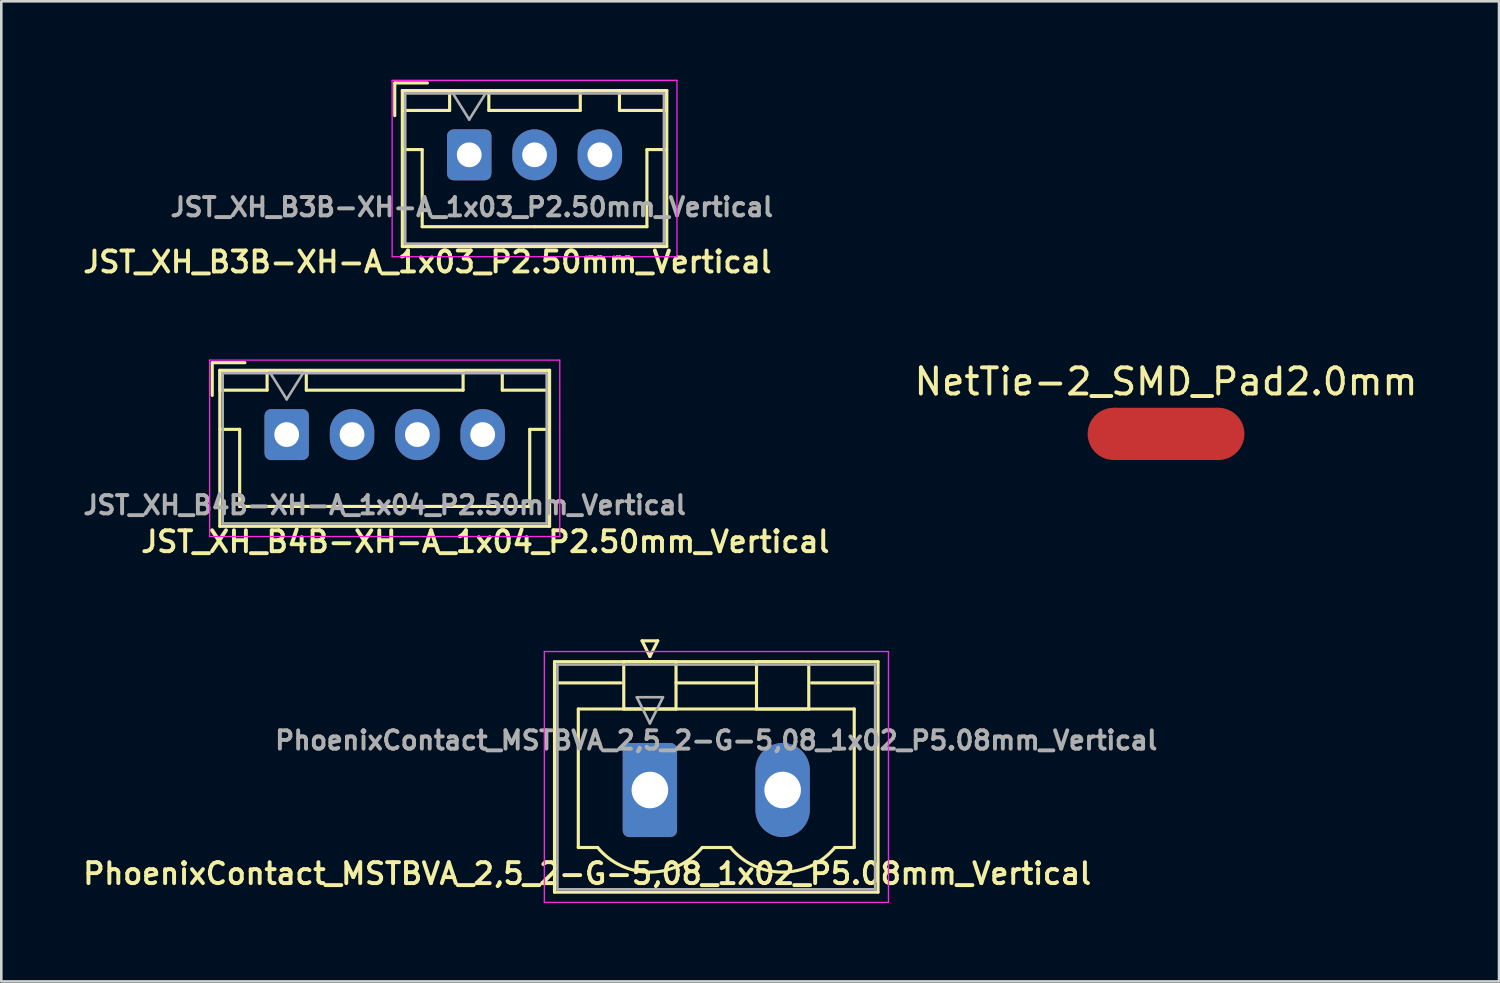
<source format=kicad_pcb>
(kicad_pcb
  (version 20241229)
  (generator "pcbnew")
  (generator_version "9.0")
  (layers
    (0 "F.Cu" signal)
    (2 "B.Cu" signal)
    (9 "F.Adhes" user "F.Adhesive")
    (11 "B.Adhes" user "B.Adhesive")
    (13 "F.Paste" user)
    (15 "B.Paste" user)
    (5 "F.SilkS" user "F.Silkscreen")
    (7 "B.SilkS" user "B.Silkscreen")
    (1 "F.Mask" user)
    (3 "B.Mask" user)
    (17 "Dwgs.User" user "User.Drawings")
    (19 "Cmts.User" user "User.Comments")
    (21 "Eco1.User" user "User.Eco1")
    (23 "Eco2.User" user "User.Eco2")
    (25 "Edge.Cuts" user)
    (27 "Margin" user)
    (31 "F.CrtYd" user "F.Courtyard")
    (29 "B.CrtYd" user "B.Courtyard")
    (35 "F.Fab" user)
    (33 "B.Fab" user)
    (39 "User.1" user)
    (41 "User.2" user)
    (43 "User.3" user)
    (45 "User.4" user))
  (footprint "JST_XH_B4B-XH-A_1x04_P2.50mm_Vertical"
    (layer "F.Cu")
    (at 7.922 13.581)
    (property "Reference" "JST_XH_B4B-XH-A_1x04_P2.50mm_Vertical" (at 7.6 4.1 0) (layer "F.SilkS") (effects (font (size 0.8 0.8) (thickness 0.15))))
    (attr through_hole)
    (fp_line (start -2.85 -2.75) (end -2.85 -1.5) (stroke (width 0.12) (type solid)) (layer "F.SilkS"))
    (fp_line (start -2.56 -2.46) (end -2.56 3.51) (stroke (width 0.12) (type solid)) (layer "F.SilkS"))
    (fp_line (start -2.56 3.51) (end 10.06 3.51) (stroke (width 0.12) (type solid)) (layer "F.SilkS"))
    (fp_line (start -2.55 -2.45) (end -2.55 -1.7) (stroke (width 0.12) (type solid)) (layer "F.SilkS"))
    (fp_line (start -2.55 -1.7) (end -0.75 -1.7) (stroke (width 0.12) (type solid)) (layer "F.SilkS"))
    (fp_line (start -2.55 -0.2) (end -1.8 -0.2) (stroke (width 0.12) (type solid)) (layer "F.SilkS"))
    (fp_line (start -1.8 -0.2) (end -1.8 2.75) (stroke (width 0.12) (type solid)) (layer "F.SilkS"))
    (fp_line (start -1.8 2.75) (end 3.75 2.75) (stroke (width 0.12) (type solid)) (layer "F.SilkS"))
    (fp_line (start -1.6 -2.75) (end -2.85 -2.75) (stroke (width 0.12) (type solid)) (layer "F.SilkS"))
    (fp_line (start -0.75 -2.45) (end -2.55 -2.45) (stroke (width 0.12) (type solid)) (layer "F.SilkS"))
    (fp_line (start -0.75 -1.7) (end -0.75 -2.45) (stroke (width 0.12) (type solid)) (layer "F.SilkS"))
    (fp_line (start 0.75 -2.45) (end 0.75 -1.7) (stroke (width 0.12) (type solid)) (layer "F.SilkS"))
    (fp_line (start 0.75 -1.7) (end 6.75 -1.7) (stroke (width 0.12) (type solid)) (layer "F.SilkS"))
    (fp_line (start 6.75 -2.45) (end 0.75 -2.45) (stroke (width 0.12) (type solid)) (layer "F.SilkS"))
    (fp_line (start 6.75 -1.7) (end 6.75 -2.45) (stroke (width 0.12) (type solid)) (layer "F.SilkS"))
    (fp_line (start 8.25 -2.45) (end 8.25 -1.7) (stroke (width 0.12) (type solid)) (layer "F.SilkS"))
    (fp_line (start 8.25 -1.7) (end 10.05 -1.7) (stroke (width 0.12) (type solid)) (layer "F.SilkS"))
    (fp_line (start 9.3 -0.2) (end 9.3 2.75) (stroke (width 0.12) (type solid)) (layer "F.SilkS"))
    (fp_line (start 9.3 2.75) (end 3.75 2.75) (stroke (width 0.12) (type solid)) (layer "F.SilkS"))
    (fp_line (start 10.05 -2.45) (end 8.25 -2.45) (stroke (width 0.12) (type solid)) (layer "F.SilkS"))
    (fp_line (start 10.05 -1.7) (end 10.05 -2.45) (stroke (width 0.12) (type solid)) (layer "F.SilkS"))
    (fp_line (start 10.05 -0.2) (end 9.3 -0.2) (stroke (width 0.12) (type solid)) (layer "F.SilkS"))
    (fp_line (start 10.06 -2.46) (end -2.56 -2.46) (stroke (width 0.12) (type solid)) (layer "F.SilkS"))
    (fp_line (start 10.06 3.51) (end 10.06 -2.46) (stroke (width 0.12) (type solid)) (layer "F.SilkS"))
    (fp_line (start -2.95 -2.85) (end -2.95 3.9) (stroke (width 0.05) (type solid)) (layer "F.CrtYd"))
    (fp_line (start -2.95 3.9) (end 10.45 3.9) (stroke (width 0.05) (type solid)) (layer "F.CrtYd"))
    (fp_line (start 10.45 -2.85) (end -2.95 -2.85) (stroke (width 0.05) (type solid)) (layer "F.CrtYd"))
    (fp_line (start 10.45 3.9) (end 10.45 -2.85) (stroke (width 0.05) (type solid)) (layer "F.CrtYd"))
    (fp_line (start -2.45 -2.35) (end -2.45 3.4) (stroke (width 0.1) (type solid)) (layer "F.Fab"))
    (fp_line (start -2.45 3.4) (end 9.95 3.4) (stroke (width 0.1) (type solid)) (layer "F.Fab"))
    (fp_line (start -0.625 -2.35) (end 0 -1.35) (stroke (width 0.1) (type solid)) (layer "F.Fab"))
    (fp_line (start 0 -1.35) (end 0.625 -2.35) (stroke (width 0.1) (type solid)) (layer "F.Fab"))
    (fp_line (start 9.95 -2.35) (end -2.45 -2.35) (stroke (width 0.1) (type solid)) (layer "F.Fab"))
    (fp_line (start 9.95 3.4) (end 9.95 -2.35) (stroke (width 0.1) (type solid)) (layer "F.Fab"))
    (fp_text user "${REFERENCE}" (at 3.75 2.7 0) (layer "F.Fab") (effects (font (size 0.7 0.7) (thickness 0.15))))
    (pad "1" thru_hole roundrect (at 0 0) (size 1.7 1.95) (drill 0.95) (layers "*.Cu" "*.Mask") (roundrect_rratio 0.147))
    (pad "2" thru_hole oval (at 2.5 0) (size 1.7 1.95) (drill 0.95) (layers "*.Cu" "*.Mask"))
    (pad "3" thru_hole oval (at 5 0) (size 1.7 1.95) (drill 0.95) (layers "*.Cu" "*.Mask"))
    (pad "4" thru_hole oval (at 7.5 0) (size 1.7 1.95) (drill 0.95) (layers "*.Cu" "*.Mask")))
  (footprint "PhoenixContact_MSTBVA_2,5_2-G-5,08_1x02_P5.08mm_Vertical"
    (layer "F.Cu")
    (at 21.821 27.183)
    (property "Reference" "PhoenixContact_MSTBVA_2,5_2-G-5,08_1x02_P5.08mm_Vertical" (at -2.4 3.2 180) (layer "F.SilkS") (effects (font (size 0.8 0.8) (thickness 0.15))))
    (attr through_hole)
    (fp_line (start -3.65 -4.91) (end -3.65 3.91) (stroke (width 0.12) (type solid)) (layer "F.SilkS"))
    (fp_line (start -3.65 -4.1) (end -1.11 -4.1) (stroke (width 0.12) (type solid)) (layer "F.SilkS"))
    (fp_line (start -3.65 3.91) (end 8.73 3.91) (stroke (width 0.12) (type solid)) (layer "F.SilkS"))
    (fp_line (start -2.74 -3.1) (end 7.82 -3.1) (stroke (width 0.12) (type solid)) (layer "F.SilkS"))
    (fp_line (start -2.74 2.2) (end -2.74 -3.1) (stroke (width 0.12) (type solid)) (layer "F.SilkS"))
    (fp_line (start -2 2.2) (end -2.74 2.2) (stroke (width 0.12) (type solid)) (layer "F.SilkS"))
    (fp_line (start -1 -4.91) (end 1 -4.91) (stroke (width 0.12) (type solid)) (layer "F.SilkS"))
    (fp_line (start -1 -3.1) (end -1 -4.91) (stroke (width 0.12) (type solid)) (layer "F.SilkS"))
    (fp_line (start -0.3 -5.71) (end 0.3 -5.71) (stroke (width 0.12) (type solid)) (layer "F.SilkS"))
    (fp_line (start 0 -5.11) (end -0.3 -5.71) (stroke (width 0.12) (type solid)) (layer "F.SilkS"))
    (fp_line (start 0.3 -5.71) (end 0 -5.11) (stroke (width 0.12) (type solid)) (layer "F.SilkS"))
    (fp_line (start 1 -4.91) (end 1 -3.1) (stroke (width 0.12) (type solid)) (layer "F.SilkS"))
    (fp_line (start 1 -4.1) (end 4.08 -4.1) (stroke (width 0.12) (type solid)) (layer "F.SilkS"))
    (fp_line (start 1 -3.1) (end -1 -3.1) (stroke (width 0.12) (type solid)) (layer "F.SilkS"))
    (fp_line (start 2 2.2) (end 3.08 2.2) (stroke (width 0.12) (type solid)) (layer "F.SilkS"))
    (fp_line (start 4.08 -4.91) (end 6.08 -4.91) (stroke (width 0.12) (type solid)) (layer "F.SilkS"))
    (fp_line (start 4.08 -3.1) (end 4.08 -4.91) (stroke (width 0.12) (type solid)) (layer "F.SilkS"))
    (fp_line (start 6.08 -4.91) (end 6.08 -3.1) (stroke (width 0.12) (type solid)) (layer "F.SilkS"))
    (fp_line (start 6.08 -3.1) (end 4.08 -3.1) (stroke (width 0.12) (type solid)) (layer "F.SilkS"))
    (fp_line (start 7.82 -3.1) (end 7.82 2.2) (stroke (width 0.12) (type solid)) (layer "F.SilkS"))
    (fp_line (start 7.82 2.2) (end 7.08 2.2) (stroke (width 0.12) (type solid)) (layer "F.SilkS"))
    (fp_line (start 8.73 -4.91) (end -3.65 -4.91) (stroke (width 0.12) (type solid)) (layer "F.SilkS"))
    (fp_line (start 8.73 -4.1) (end 6.19 -4.1) (stroke (width 0.12) (type solid)) (layer "F.SilkS"))
    (fp_line (start 8.73 3.91) (end 8.73 -4.91) (stroke (width 0.12) (type solid)) (layer "F.SilkS"))
    (fp_arc (start 1.986842 2.215821) (mid -0.010289 3.142758) (end -2 2.2) (stroke (width 0.12) (type solid)) (layer "F.SilkS"))
    (fp_arc (start 7.066842 2.215821) (mid 5.069711 3.142758) (end 3.08 2.2) (stroke (width 0.12) (type solid)) (layer "F.SilkS"))
    (fp_line (start -4.04 -5.3) (end -4.04 4.3) (stroke (width 0.05) (type solid)) (layer "F.CrtYd"))
    (fp_line (start -4.04 4.3) (end 9.13 4.3) (stroke (width 0.05) (type solid)) (layer "F.CrtYd"))
    (fp_line (start 9.13 -5.3) (end -4.04 -5.3) (stroke (width 0.05) (type solid)) (layer "F.CrtYd"))
    (fp_line (start 9.13 4.3) (end 9.13 -5.3) (stroke (width 0.05) (type solid)) (layer "F.CrtYd"))
    (fp_line (start -3.54 -4.8) (end -3.54 3.8) (stroke (width 0.1) (type solid)) (layer "F.Fab"))
    (fp_line (start -3.54 3.8) (end 8.62 3.8) (stroke (width 0.1) (type solid)) (layer "F.Fab"))
    (fp_line (start -0.5 -3.55) (end 0.5 -3.55) (stroke (width 0.1) (type solid)) (layer "F.Fab"))
    (fp_line (start 0 -2.55) (end -0.5 -3.55) (stroke (width 0.1) (type solid)) (layer "F.Fab"))
    (fp_line (start 0.5 -3.55) (end 0 -2.55) (stroke (width 0.1) (type solid)) (layer "F.Fab"))
    (fp_line (start 8.62 -4.8) (end -3.54 -4.8) (stroke (width 0.1) (type solid)) (layer "F.Fab"))
    (fp_line (start 8.62 3.8) (end 8.62 -4.8) (stroke (width 0.1) (type solid)) (layer "F.Fab"))
    (fp_text user "${REFERENCE}" (at 2.54 -1.9 0) (layer "F.Fab") (effects (font (size 0.7 0.7) (thickness 0.15))))
    (pad "1" thru_hole roundrect (at 0 0) (size 2.08 3.6) (drill 1.4) (layers "*.Cu" "*.Mask") (roundrect_rratio 0.12))
    (pad "2" thru_hole oval (at 5.08 0) (size 2.08 3.6) (drill 1.4) (layers "*.Cu" "*.Mask")))
  (footprint "NetTie-2_SMD_Pad2.0mm"
    (layer "F.Cu")
    (at 41.573 13.555)
    (property "Reference" "NetTie-2_SMD_Pad2.0mm" (at 0 -2 180) (layer "F.SilkS") (effects (font (size 1 1) (thickness 0.15))))
    (attr exclude_from_pos_files exclude_from_bom allow_missing_courtyard)
    (fp_poly (pts (xy -2 -1) (xy 2 -1) (xy 2 1) (xy -2 1)) (stroke (width 0) (type solid)) (fill yes) (layer "F.Cu"))
    (pad "1" smd circle (at -2 0) (size 2 2) (layers "F.Cu"))
    (pad "2" smd circle (at 2 0) (size 2 2) (layers "F.Cu")))
  (footprint "JST_XH_B3B-XH-A_1x03_P2.50mm_Vertical"
    (layer "F.Cu")
    (at 14.907 2.875)
    (property "Reference" "JST_XH_B3B-XH-A_1x03_P2.50mm_Vertical" (at -1.6 4.1 0) (layer "F.SilkS") (effects (font (size 0.8 0.8) (thickness 0.15))))
    (attr through_hole)
    (fp_line (start -2.85 -2.75) (end -2.85 -1.5) (stroke (width 0.12) (type solid)) (layer "F.SilkS"))
    (fp_line (start -2.56 -2.46) (end -2.56 3.51) (stroke (width 0.12) (type solid)) (layer "F.SilkS"))
    (fp_line (start -2.56 3.51) (end 7.56 3.51) (stroke (width 0.12) (type solid)) (layer "F.SilkS"))
    (fp_line (start -2.55 -2.45) (end -2.55 -1.7) (stroke (width 0.12) (type solid)) (layer "F.SilkS"))
    (fp_line (start -2.55 -1.7) (end -0.75 -1.7) (stroke (width 0.12) (type solid)) (layer "F.SilkS"))
    (fp_line (start -2.55 -0.2) (end -1.8 -0.2) (stroke (width 0.12) (type solid)) (layer "F.SilkS"))
    (fp_line (start -1.8 -0.2) (end -1.8 2.75) (stroke (width 0.12) (type solid)) (layer "F.SilkS"))
    (fp_line (start -1.8 2.75) (end 2.5 2.75) (stroke (width 0.12) (type solid)) (layer "F.SilkS"))
    (fp_line (start -1.6 -2.75) (end -2.85 -2.75) (stroke (width 0.12) (type solid)) (layer "F.SilkS"))
    (fp_line (start -0.75 -2.45) (end -2.55 -2.45) (stroke (width 0.12) (type solid)) (layer "F.SilkS"))
    (fp_line (start -0.75 -1.7) (end -0.75 -2.45) (stroke (width 0.12) (type solid)) (layer "F.SilkS"))
    (fp_line (start 0.75 -2.45) (end 0.75 -1.7) (stroke (width 0.12) (type solid)) (layer "F.SilkS"))
    (fp_line (start 0.75 -1.7) (end 4.25 -1.7) (stroke (width 0.12) (type solid)) (layer "F.SilkS"))
    (fp_line (start 4.25 -2.45) (end 0.75 -2.45) (stroke (width 0.12) (type solid)) (layer "F.SilkS"))
    (fp_line (start 4.25 -1.7) (end 4.25 -2.45) (stroke (width 0.12) (type solid)) (layer "F.SilkS"))
    (fp_line (start 5.75 -2.45) (end 5.75 -1.7) (stroke (width 0.12) (type solid)) (layer "F.SilkS"))
    (fp_line (start 5.75 -1.7) (end 7.55 -1.7) (stroke (width 0.12) (type solid)) (layer "F.SilkS"))
    (fp_line (start 6.8 -0.2) (end 6.8 2.75) (stroke (width 0.12) (type solid)) (layer "F.SilkS"))
    (fp_line (start 6.8 2.75) (end 2.5 2.75) (stroke (width 0.12) (type solid)) (layer "F.SilkS"))
    (fp_line (start 7.55 -2.45) (end 5.75 -2.45) (stroke (width 0.12) (type solid)) (layer "F.SilkS"))
    (fp_line (start 7.55 -1.7) (end 7.55 -2.45) (stroke (width 0.12) (type solid)) (layer "F.SilkS"))
    (fp_line (start 7.55 -0.2) (end 6.8 -0.2) (stroke (width 0.12) (type solid)) (layer "F.SilkS"))
    (fp_line (start 7.56 -2.46) (end -2.56 -2.46) (stroke (width 0.12) (type solid)) (layer "F.SilkS"))
    (fp_line (start 7.56 3.51) (end 7.56 -2.46) (stroke (width 0.12) (type solid)) (layer "F.SilkS"))
    (fp_line (start -2.95 -2.85) (end -2.95 3.9) (stroke (width 0.05) (type solid)) (layer "F.CrtYd"))
    (fp_line (start -2.95 3.9) (end 7.95 3.9) (stroke (width 0.05) (type solid)) (layer "F.CrtYd"))
    (fp_line (start 7.95 -2.85) (end -2.95 -2.85) (stroke (width 0.05) (type solid)) (layer "F.CrtYd"))
    (fp_line (start 7.95 3.9) (end 7.95 -2.85) (stroke (width 0.05) (type solid)) (layer "F.CrtYd"))
    (fp_line (start -2.45 -2.35) (end -2.45 3.4) (stroke (width 0.1) (type solid)) (layer "F.Fab"))
    (fp_line (start -2.45 3.4) (end 7.45 3.4) (stroke (width 0.1) (type solid)) (layer "F.Fab"))
    (fp_line (start -0.625 -2.35) (end 0 -1.35) (stroke (width 0.1) (type solid)) (layer "F.Fab"))
    (fp_line (start 0 -1.35) (end 0.625 -2.35) (stroke (width 0.1) (type solid)) (layer "F.Fab"))
    (fp_line (start 7.45 -2.35) (end -2.45 -2.35) (stroke (width 0.1) (type solid)) (layer "F.Fab"))
    (fp_line (start 7.45 3.4) (end 7.45 -2.35) (stroke (width 0.1) (type solid)) (layer "F.Fab"))
    (fp_text user "${REFERENCE}" (at 0.1 2 0) (layer "F.Fab") (effects (font (size 0.7 0.7) (thickness 0.15))))
    (pad "1" thru_hole roundrect (at 0 0) (size 1.7 1.95) (drill 0.95) (layers "*.Cu" "*.Mask") (roundrect_rratio 0.147))
    (pad "2" thru_hole oval (at 2.5 0) (size 1.7 1.95) (drill 0.95) (layers "*.Cu" "*.Mask"))
    (pad "3" thru_hole oval (at 5 0) (size 1.7 1.95) (drill 0.95) (layers "*.Cu" "*.Mask")))
  (gr_rect
    (start -3 -3)
    (end 54.317 34.508)
    (stroke (width 0.1) (type default))
    (fill no)
    (layer "Edge.Cuts")))
</source>
